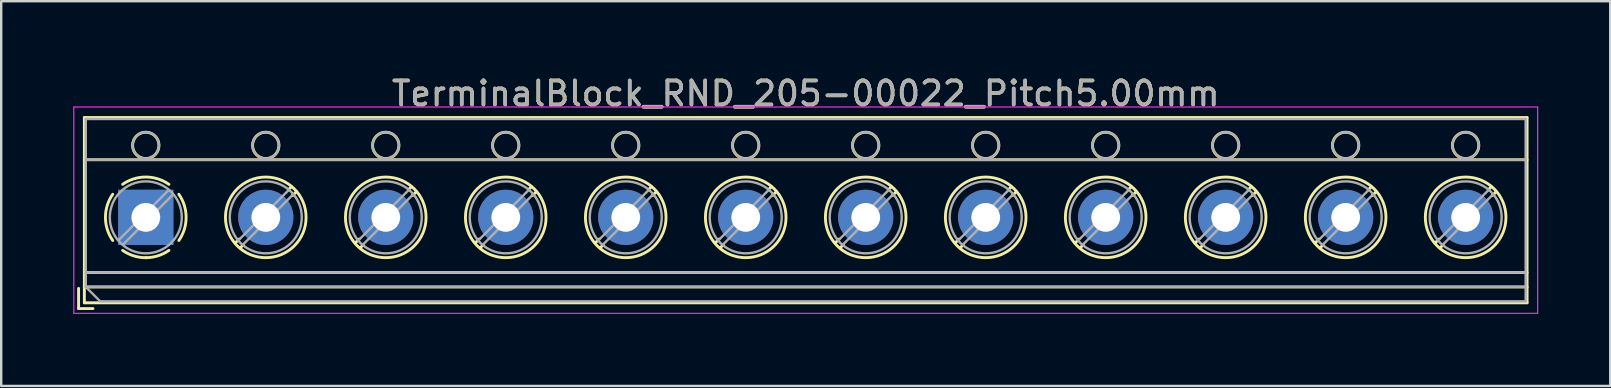
<source format=kicad_pcb>
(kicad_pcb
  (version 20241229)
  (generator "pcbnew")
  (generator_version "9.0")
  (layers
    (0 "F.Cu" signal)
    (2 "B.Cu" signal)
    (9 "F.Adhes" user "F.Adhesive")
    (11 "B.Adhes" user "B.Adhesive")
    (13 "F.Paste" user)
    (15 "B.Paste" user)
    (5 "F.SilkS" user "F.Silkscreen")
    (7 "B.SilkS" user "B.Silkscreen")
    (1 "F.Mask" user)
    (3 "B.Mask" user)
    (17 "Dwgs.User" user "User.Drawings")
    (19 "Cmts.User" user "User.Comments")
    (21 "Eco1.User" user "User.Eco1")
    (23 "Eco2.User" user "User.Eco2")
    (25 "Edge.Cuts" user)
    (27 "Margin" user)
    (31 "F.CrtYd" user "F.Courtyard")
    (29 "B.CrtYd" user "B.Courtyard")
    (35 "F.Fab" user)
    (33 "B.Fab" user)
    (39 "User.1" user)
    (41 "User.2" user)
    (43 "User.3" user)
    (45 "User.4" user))
  (footprint "TerminalBlock_RND_205-00022_Pitch5.00mm"
    (layer "F.Cu")
    (at 3.025 6.008)
    (property "Reference" "TerminalBlock_RND_205-00022_Pitch5.00mm" (at 27.5 -5.16 0) (layer "F.SilkS") (effects (font (size 1 1) (thickness 0.15))))
    (attr through_hole)
    (fp_line (start -2.8 2.96) (end -2.8 3.8) (stroke (width 0.12) (type solid)) (layer "F.SilkS"))
    (fp_line (start -2.8 3.8) (end -2.2 3.8) (stroke (width 0.12) (type solid)) (layer "F.SilkS"))
    (fp_line (start -2.56 -4.16) (end -2.56 3.56) (stroke (width 0.12) (type solid)) (layer "F.SilkS"))
    (fp_line (start -2.56 -2.4) (end 57.56 -2.4) (stroke (width 0.12) (type solid)) (layer "F.SilkS"))
    (fp_line (start -2.56 2.3) (end 57.56 2.3) (stroke (width 0.12) (type solid)) (layer "F.SilkS"))
    (fp_line (start -2.56 2.9) (end 57.56 2.9) (stroke (width 0.12) (type solid)) (layer "F.SilkS"))
    (fp_line (start -2.56 3.56) (end 57.56 3.56) (stroke (width 0.12) (type solid)) (layer "F.SilkS"))
    (fp_line (start 3.89 0.905) (end 3.726 1.069) (stroke (width 0.12) (type solid)) (layer "F.SilkS"))
    (fp_line (start 4.06 1.146) (end 3.931 1.274) (stroke (width 0.12) (type solid)) (layer "F.SilkS"))
    (fp_line (start 6.07 -1.275) (end 5.941 -1.146) (stroke (width 0.12) (type solid)) (layer "F.SilkS"))
    (fp_line (start 6.275 -1.069) (end 6.111 -0.905) (stroke (width 0.12) (type solid)) (layer "F.SilkS"))
    (fp_line (start 8.89 0.905) (end 8.726 1.069) (stroke (width 0.12) (type solid)) (layer "F.SilkS"))
    (fp_line (start 9.06 1.146) (end 8.931 1.274) (stroke (width 0.12) (type solid)) (layer "F.SilkS"))
    (fp_line (start 11.07 -1.275) (end 10.941 -1.146) (stroke (width 0.12) (type solid)) (layer "F.SilkS"))
    (fp_line (start 11.275 -1.069) (end 11.111 -0.905) (stroke (width 0.12) (type solid)) (layer "F.SilkS"))
    (fp_line (start 13.89 0.905) (end 13.726 1.069) (stroke (width 0.12) (type solid)) (layer "F.SilkS"))
    (fp_line (start 14.06 1.146) (end 13.931 1.274) (stroke (width 0.12) (type solid)) (layer "F.SilkS"))
    (fp_line (start 16.07 -1.275) (end 15.941 -1.146) (stroke (width 0.12) (type solid)) (layer "F.SilkS"))
    (fp_line (start 16.275 -1.069) (end 16.111 -0.905) (stroke (width 0.12) (type solid)) (layer "F.SilkS"))
    (fp_line (start 18.89 0.905) (end 18.726 1.069) (stroke (width 0.12) (type solid)) (layer "F.SilkS"))
    (fp_line (start 19.06 1.146) (end 18.931 1.274) (stroke (width 0.12) (type solid)) (layer "F.SilkS"))
    (fp_line (start 21.07 -1.275) (end 20.941 -1.146) (stroke (width 0.12) (type solid)) (layer "F.SilkS"))
    (fp_line (start 21.275 -1.069) (end 21.111 -0.905) (stroke (width 0.12) (type solid)) (layer "F.SilkS"))
    (fp_line (start 23.89 0.905) (end 23.726 1.069) (stroke (width 0.12) (type solid)) (layer "F.SilkS"))
    (fp_line (start 24.06 1.146) (end 23.931 1.274) (stroke (width 0.12) (type solid)) (layer "F.SilkS"))
    (fp_line (start 26.07 -1.275) (end 25.941 -1.146) (stroke (width 0.12) (type solid)) (layer "F.SilkS"))
    (fp_line (start 26.275 -1.069) (end 26.111 -0.905) (stroke (width 0.12) (type solid)) (layer "F.SilkS"))
    (fp_line (start 28.89 0.905) (end 28.726 1.069) (stroke (width 0.12) (type solid)) (layer "F.SilkS"))
    (fp_line (start 29.06 1.146) (end 28.931 1.274) (stroke (width 0.12) (type solid)) (layer "F.SilkS"))
    (fp_line (start 31.07 -1.275) (end 30.941 -1.146) (stroke (width 0.12) (type solid)) (layer "F.SilkS"))
    (fp_line (start 31.275 -1.069) (end 31.111 -0.905) (stroke (width 0.12) (type solid)) (layer "F.SilkS"))
    (fp_line (start 33.89 0.905) (end 33.726 1.069) (stroke (width 0.12) (type solid)) (layer "F.SilkS"))
    (fp_line (start 34.06 1.146) (end 33.931 1.274) (stroke (width 0.12) (type solid)) (layer "F.SilkS"))
    (fp_line (start 36.07 -1.275) (end 35.941 -1.146) (stroke (width 0.12) (type solid)) (layer "F.SilkS"))
    (fp_line (start 36.275 -1.069) (end 36.111 -0.905) (stroke (width 0.12) (type solid)) (layer "F.SilkS"))
    (fp_line (start 38.89 0.905) (end 38.726 1.069) (stroke (width 0.12) (type solid)) (layer "F.SilkS"))
    (fp_line (start 39.06 1.146) (end 38.931 1.274) (stroke (width 0.12) (type solid)) (layer "F.SilkS"))
    (fp_line (start 41.07 -1.275) (end 40.941 -1.146) (stroke (width 0.12) (type solid)) (layer "F.SilkS"))
    (fp_line (start 41.275 -1.069) (end 41.111 -0.905) (stroke (width 0.12) (type solid)) (layer "F.SilkS"))
    (fp_line (start 43.89 0.905) (end 43.726 1.069) (stroke (width 0.12) (type solid)) (layer "F.SilkS"))
    (fp_line (start 44.06 1.146) (end 43.931 1.274) (stroke (width 0.12) (type solid)) (layer "F.SilkS"))
    (fp_line (start 46.07 -1.275) (end 45.941 -1.146) (stroke (width 0.12) (type solid)) (layer "F.SilkS"))
    (fp_line (start 46.275 -1.069) (end 46.111 -0.905) (stroke (width 0.12) (type solid)) (layer "F.SilkS"))
    (fp_line (start 48.89 0.905) (end 48.726 1.069) (stroke (width 0.12) (type solid)) (layer "F.SilkS"))
    (fp_line (start 49.06 1.146) (end 48.931 1.274) (stroke (width 0.12) (type solid)) (layer "F.SilkS"))
    (fp_line (start 51.07 -1.275) (end 50.941 -1.146) (stroke (width 0.12) (type solid)) (layer "F.SilkS"))
    (fp_line (start 51.275 -1.069) (end 51.111 -0.905) (stroke (width 0.12) (type solid)) (layer "F.SilkS"))
    (fp_line (start 53.89 0.905) (end 53.726 1.069) (stroke (width 0.12) (type solid)) (layer "F.SilkS"))
    (fp_line (start 54.06 1.146) (end 53.931 1.274) (stroke (width 0.12) (type solid)) (layer "F.SilkS"))
    (fp_line (start 56.07 -1.275) (end 55.941 -1.146) (stroke (width 0.12) (type solid)) (layer "F.SilkS"))
    (fp_line (start 56.275 -1.069) (end 56.111 -0.905) (stroke (width 0.12) (type solid)) (layer "F.SilkS"))
    (fp_line (start 57.56 -4.16) (end -2.56 -4.16) (stroke (width 0.12) (type solid)) (layer "F.SilkS"))
    (fp_line (start 57.56 3.56) (end 57.56 -4.16) (stroke (width 0.12) (type solid)) (layer "F.SilkS"))
    (fp_arc (start -1.376825 0.964249) (mid -1.6809 0.000152) (end -1.377 -0.964) (stroke (width 0.12) (type solid)) (layer "F.SilkS"))
    (fp_arc (start -0.964249 -1.376825) (mid -0.000152 -1.6809) (end 0.964 -1.377) (stroke (width 0.12) (type solid)) (layer "F.SilkS"))
    (fp_arc (start 0.029488 1.680641) (mid -0.491302 1.607497) (end -0.964 1.377) (stroke (width 0.12) (type solid)) (layer "F.SilkS"))
    (fp_arc (start 0.963608 1.376175) (mid 0.505186 1.602244) (end 0 1.68) (stroke (width 0.12) (type solid)) (layer "F.SilkS"))
    (fp_arc (start 1.376825 -0.964249) (mid 1.6809 -0.000152) (end 1.377 0.964) (stroke (width 0.12) (type solid)) (layer "F.SilkS"))
    (fp_circle (center 0 -3) (end 0.55 -3) (stroke (width 0.12) (type solid)) (fill no) (layer "F.SilkS"))
    (fp_circle (center 5 -3) (end 5.55 -3) (stroke (width 0.12) (type solid)) (fill no) (layer "F.SilkS"))
    (fp_circle (center 5 0) (end 6.68 0) (stroke (width 0.12) (type solid)) (fill no) (layer "F.SilkS"))
    (fp_circle (center 10 -3) (end 10.55 -3) (stroke (width 0.12) (type solid)) (fill no) (layer "F.SilkS"))
    (fp_circle (center 10 0) (end 11.68 0) (stroke (width 0.12) (type solid)) (fill no) (layer "F.SilkS"))
    (fp_circle (center 15 -3) (end 15.55 -3) (stroke (width 0.12) (type solid)) (fill no) (layer "F.SilkS"))
    (fp_circle (center 15 0) (end 16.68 0) (stroke (width 0.12) (type solid)) (fill no) (layer "F.SilkS"))
    (fp_circle (center 20 -3) (end 20.55 -3) (stroke (width 0.12) (type solid)) (fill no) (layer "F.SilkS"))
    (fp_circle (center 20 0) (end 21.68 0) (stroke (width 0.12) (type solid)) (fill no) (layer "F.SilkS"))
    (fp_circle (center 25 -3) (end 25.55 -3) (stroke (width 0.12) (type solid)) (fill no) (layer "F.SilkS"))
    (fp_circle (center 25 0) (end 26.68 0) (stroke (width 0.12) (type solid)) (fill no) (layer "F.SilkS"))
    (fp_circle (center 30 -3) (end 30.55 -3) (stroke (width 0.12) (type solid)) (fill no) (layer "F.SilkS"))
    (fp_circle (center 30 0) (end 31.68 0) (stroke (width 0.12) (type solid)) (fill no) (layer "F.SilkS"))
    (fp_circle (center 35 -3) (end 35.55 -3) (stroke (width 0.12) (type solid)) (fill no) (layer "F.SilkS"))
    (fp_circle (center 35 0) (end 36.68 0) (stroke (width 0.12) (type solid)) (fill no) (layer "F.SilkS"))
    (fp_circle (center 40 -3) (end 40.55 -3) (stroke (width 0.12) (type solid)) (fill no) (layer "F.SilkS"))
    (fp_circle (center 40 0) (end 41.68 0) (stroke (width 0.12) (type solid)) (fill no) (layer "F.SilkS"))
    (fp_circle (center 45 -3) (end 45.55 -3) (stroke (width 0.12) (type solid)) (fill no) (layer "F.SilkS"))
    (fp_circle (center 45 0) (end 46.68 0) (stroke (width 0.12) (type solid)) (fill no) (layer "F.SilkS"))
    (fp_circle (center 50 -3) (end 50.55 -3) (stroke (width 0.12) (type solid)) (fill no) (layer "F.SilkS"))
    (fp_circle (center 50 0) (end 51.68 0) (stroke (width 0.12) (type solid)) (fill no) (layer "F.SilkS"))
    (fp_circle (center 55 -3) (end 55.55 -3) (stroke (width 0.12) (type solid)) (fill no) (layer "F.SilkS"))
    (fp_circle (center 55 0) (end 56.68 0) (stroke (width 0.12) (type solid)) (fill no) (layer "F.SilkS"))
    (fp_line (start -3 -4.6) (end -3 4) (stroke (width 0.05) (type solid)) (layer "F.CrtYd"))
    (fp_line (start -3 4) (end 58 4) (stroke (width 0.05) (type solid)) (layer "F.CrtYd"))
    (fp_line (start 58 -4.6) (end -3 -4.6) (stroke (width 0.05) (type solid)) (layer "F.CrtYd"))
    (fp_line (start 58 4) (end 58 -4.6) (stroke (width 0.05) (type solid)) (layer "F.CrtYd"))
    (fp_line (start -2.5 -4.1) (end 57.5 -4.1) (stroke (width 0.1) (type solid)) (layer "F.Fab"))
    (fp_line (start -2.5 -2.4) (end 57.5 -2.4) (stroke (width 0.1) (type solid)) (layer "F.Fab"))
    (fp_line (start -2.5 2.3) (end 57.5 2.3) (stroke (width 0.1) (type solid)) (layer "F.Fab"))
    (fp_line (start -2.5 2.9) (end -2.5 -4.1) (stroke (width 0.1) (type solid)) (layer "F.Fab"))
    (fp_line (start -2.5 2.9) (end 57.5 2.9) (stroke (width 0.1) (type solid)) (layer "F.Fab"))
    (fp_line (start -1.9 3.5) (end -2.5 2.9) (stroke (width 0.1) (type solid)) (layer "F.Fab"))
    (fp_line (start 0.955 -1.138) (end -1.138 0.955) (stroke (width 0.1) (type solid)) (layer "F.Fab"))
    (fp_line (start 1.138 -0.955) (end -0.955 1.138) (stroke (width 0.1) (type solid)) (layer "F.Fab"))
    (fp_line (start 5.955 -1.138) (end 3.863 0.955) (stroke (width 0.1) (type solid)) (layer "F.Fab"))
    (fp_line (start 6.138 -0.955) (end 4.046 1.138) (stroke (width 0.1) (type solid)) (layer "F.Fab"))
    (fp_line (start 10.955 -1.138) (end 8.863 0.955) (stroke (width 0.1) (type solid)) (layer "F.Fab"))
    (fp_line (start 11.138 -0.955) (end 9.046 1.138) (stroke (width 0.1) (type solid)) (layer "F.Fab"))
    (fp_line (start 15.955 -1.138) (end 13.863 0.955) (stroke (width 0.1) (type solid)) (layer "F.Fab"))
    (fp_line (start 16.138 -0.955) (end 14.046 1.138) (stroke (width 0.1) (type solid)) (layer "F.Fab"))
    (fp_line (start 20.955 -1.138) (end 18.863 0.955) (stroke (width 0.1) (type solid)) (layer "F.Fab"))
    (fp_line (start 21.138 -0.955) (end 19.046 1.138) (stroke (width 0.1) (type solid)) (layer "F.Fab"))
    (fp_line (start 25.955 -1.138) (end 23.863 0.955) (stroke (width 0.1) (type solid)) (layer "F.Fab"))
    (fp_line (start 26.138 -0.955) (end 24.046 1.138) (stroke (width 0.1) (type solid)) (layer "F.Fab"))
    (fp_line (start 30.955 -1.138) (end 28.863 0.955) (stroke (width 0.1) (type solid)) (layer "F.Fab"))
    (fp_line (start 31.138 -0.955) (end 29.046 1.138) (stroke (width 0.1) (type solid)) (layer "F.Fab"))
    (fp_line (start 35.955 -1.138) (end 33.863 0.955) (stroke (width 0.1) (type solid)) (layer "F.Fab"))
    (fp_line (start 36.138 -0.955) (end 34.046 1.138) (stroke (width 0.1) (type solid)) (layer "F.Fab"))
    (fp_line (start 40.955 -1.138) (end 38.863 0.955) (stroke (width 0.1) (type solid)) (layer "F.Fab"))
    (fp_line (start 41.138 -0.955) (end 39.046 1.138) (stroke (width 0.1) (type solid)) (layer "F.Fab"))
    (fp_line (start 45.955 -1.138) (end 43.863 0.955) (stroke (width 0.1) (type solid)) (layer "F.Fab"))
    (fp_line (start 46.138 -0.955) (end 44.046 1.138) (stroke (width 0.1) (type solid)) (layer "F.Fab"))
    (fp_line (start 50.955 -1.138) (end 48.863 0.955) (stroke (width 0.1) (type solid)) (layer "F.Fab"))
    (fp_line (start 51.138 -0.955) (end 49.046 1.138) (stroke (width 0.1) (type solid)) (layer "F.Fab"))
    (fp_line (start 55.955 -1.138) (end 53.863 0.955) (stroke (width 0.1) (type solid)) (layer "F.Fab"))
    (fp_line (start 56.138 -0.955) (end 54.046 1.138) (stroke (width 0.1) (type solid)) (layer "F.Fab"))
    (fp_line (start 57.5 -4.1) (end 57.5 3.5) (stroke (width 0.1) (type solid)) (layer "F.Fab"))
    (fp_line (start 57.5 3.5) (end -1.9 3.5) (stroke (width 0.1) (type solid)) (layer "F.Fab"))
    (fp_circle (center 0 -3) (end 0.55 -3) (stroke (width 0.1) (type solid)) (fill no) (layer "F.Fab"))
    (fp_circle (center 0 0) (end 1.5 0) (stroke (width 0.1) (type solid)) (fill no) (layer "F.Fab"))
    (fp_circle (center 5 -3) (end 5.55 -3) (stroke (width 0.1) (type solid)) (fill no) (layer "F.Fab"))
    (fp_circle (center 5 0) (end 6.5 0) (stroke (width 0.1) (type solid)) (fill no) (layer "F.Fab"))
    (fp_circle (center 10 -3) (end 10.55 -3) (stroke (width 0.1) (type solid)) (fill no) (layer "F.Fab"))
    (fp_circle (center 10 0) (end 11.5 0) (stroke (width 0.1) (type solid)) (fill no) (layer "F.Fab"))
    (fp_circle (center 15 -3) (end 15.55 -3) (stroke (width 0.1) (type solid)) (fill no) (layer "F.Fab"))
    (fp_circle (center 15 0) (end 16.5 0) (stroke (width 0.1) (type solid)) (fill no) (layer "F.Fab"))
    (fp_circle (center 20 -3) (end 20.55 -3) (stroke (width 0.1) (type solid)) (fill no) (layer "F.Fab"))
    (fp_circle (center 20 0) (end 21.5 0) (stroke (width 0.1) (type solid)) (fill no) (layer "F.Fab"))
    (fp_circle (center 25 -3) (end 25.55 -3) (stroke (width 0.1) (type solid)) (fill no) (layer "F.Fab"))
    (fp_circle (center 25 0) (end 26.5 0) (stroke (width 0.1) (type solid)) (fill no) (layer "F.Fab"))
    (fp_circle (center 30 -3) (end 30.55 -3) (stroke (width 0.1) (type solid)) (fill no) (layer "F.Fab"))
    (fp_circle (center 30 0) (end 31.5 0) (stroke (width 0.1) (type solid)) (fill no) (layer "F.Fab"))
    (fp_circle (center 35 -3) (end 35.55 -3) (stroke (width 0.1) (type solid)) (fill no) (layer "F.Fab"))
    (fp_circle (center 35 0) (end 36.5 0) (stroke (width 0.1) (type solid)) (fill no) (layer "F.Fab"))
    (fp_circle (center 40 -3) (end 40.55 -3) (stroke (width 0.1) (type solid)) (fill no) (layer "F.Fab"))
    (fp_circle (center 40 0) (end 41.5 0) (stroke (width 0.1) (type solid)) (fill no) (layer "F.Fab"))
    (fp_circle (center 45 -3) (end 45.55 -3) (stroke (width 0.1) (type solid)) (fill no) (layer "F.Fab"))
    (fp_circle (center 45 0) (end 46.5 0) (stroke (width 0.1) (type solid)) (fill no) (layer "F.Fab"))
    (fp_circle (center 50 -3) (end 50.55 -3) (stroke (width 0.1) (type solid)) (fill no) (layer "F.Fab"))
    (fp_circle (center 50 0) (end 51.5 0) (stroke (width 0.1) (type solid)) (fill no) (layer "F.Fab"))
    (fp_circle (center 55 -3) (end 55.55 -3) (stroke (width 0.1) (type solid)) (fill no) (layer "F.Fab"))
    (fp_circle (center 55 0) (end 56.5 0) (stroke (width 0.1) (type solid)) (fill no) (layer "F.Fab"))
    (fp_text user "${REFERENCE}" (at 27.5 -5.16 0) (layer "F.Fab") (effects (font (size 1 1) (thickness 0.15))))
    (pad "1" thru_hole rect (at 0 0) (size 2.3 2.3) (drill 1.2) (layers "*.Cu" "*.Mask"))
    (pad "2" thru_hole circle (at 5 0) (size 2.3 2.3) (drill 1.2) (layers "*.Cu" "*.Mask"))
    (pad "3" thru_hole circle (at 10 0) (size 2.3 2.3) (drill 1.2) (layers "*.Cu" "*.Mask"))
    (pad "4" thru_hole circle (at 15 0) (size 2.3 2.3) (drill 1.2) (layers "*.Cu" "*.Mask"))
    (pad "5" thru_hole circle (at 20 0) (size 2.3 2.3) (drill 1.2) (layers "*.Cu" "*.Mask"))
    (pad "6" thru_hole circle (at 25 0) (size 2.3 2.3) (drill 1.2) (layers "*.Cu" "*.Mask"))
    (pad "7" thru_hole circle (at 30 0) (size 2.3 2.3) (drill 1.2) (layers "*.Cu" "*.Mask"))
    (pad "8" thru_hole circle (at 35 0) (size 2.3 2.3) (drill 1.2) (layers "*.Cu" "*.Mask"))
    (pad "9" thru_hole circle (at 40 0) (size 2.3 2.3) (drill 1.2) (layers "*.Cu" "*.Mask"))
    (pad "10" thru_hole circle (at 45 0) (size 2.3 2.3) (drill 1.2) (layers "*.Cu" "*.Mask"))
    (pad "11" thru_hole circle (at 50 0) (size 2.3 2.3) (drill 1.2) (layers "*.Cu" "*.Mask"))
    (pad "12" thru_hole circle (at 55 0) (size 2.3 2.3) (drill 1.2) (layers "*.Cu" "*.Mask")))
  (gr_rect
    (start -3 -3)
    (end 64.05 13.033)
    (stroke (width 0.1) (type default))
    (fill no)
    (layer "Edge.Cuts")))
</source>
